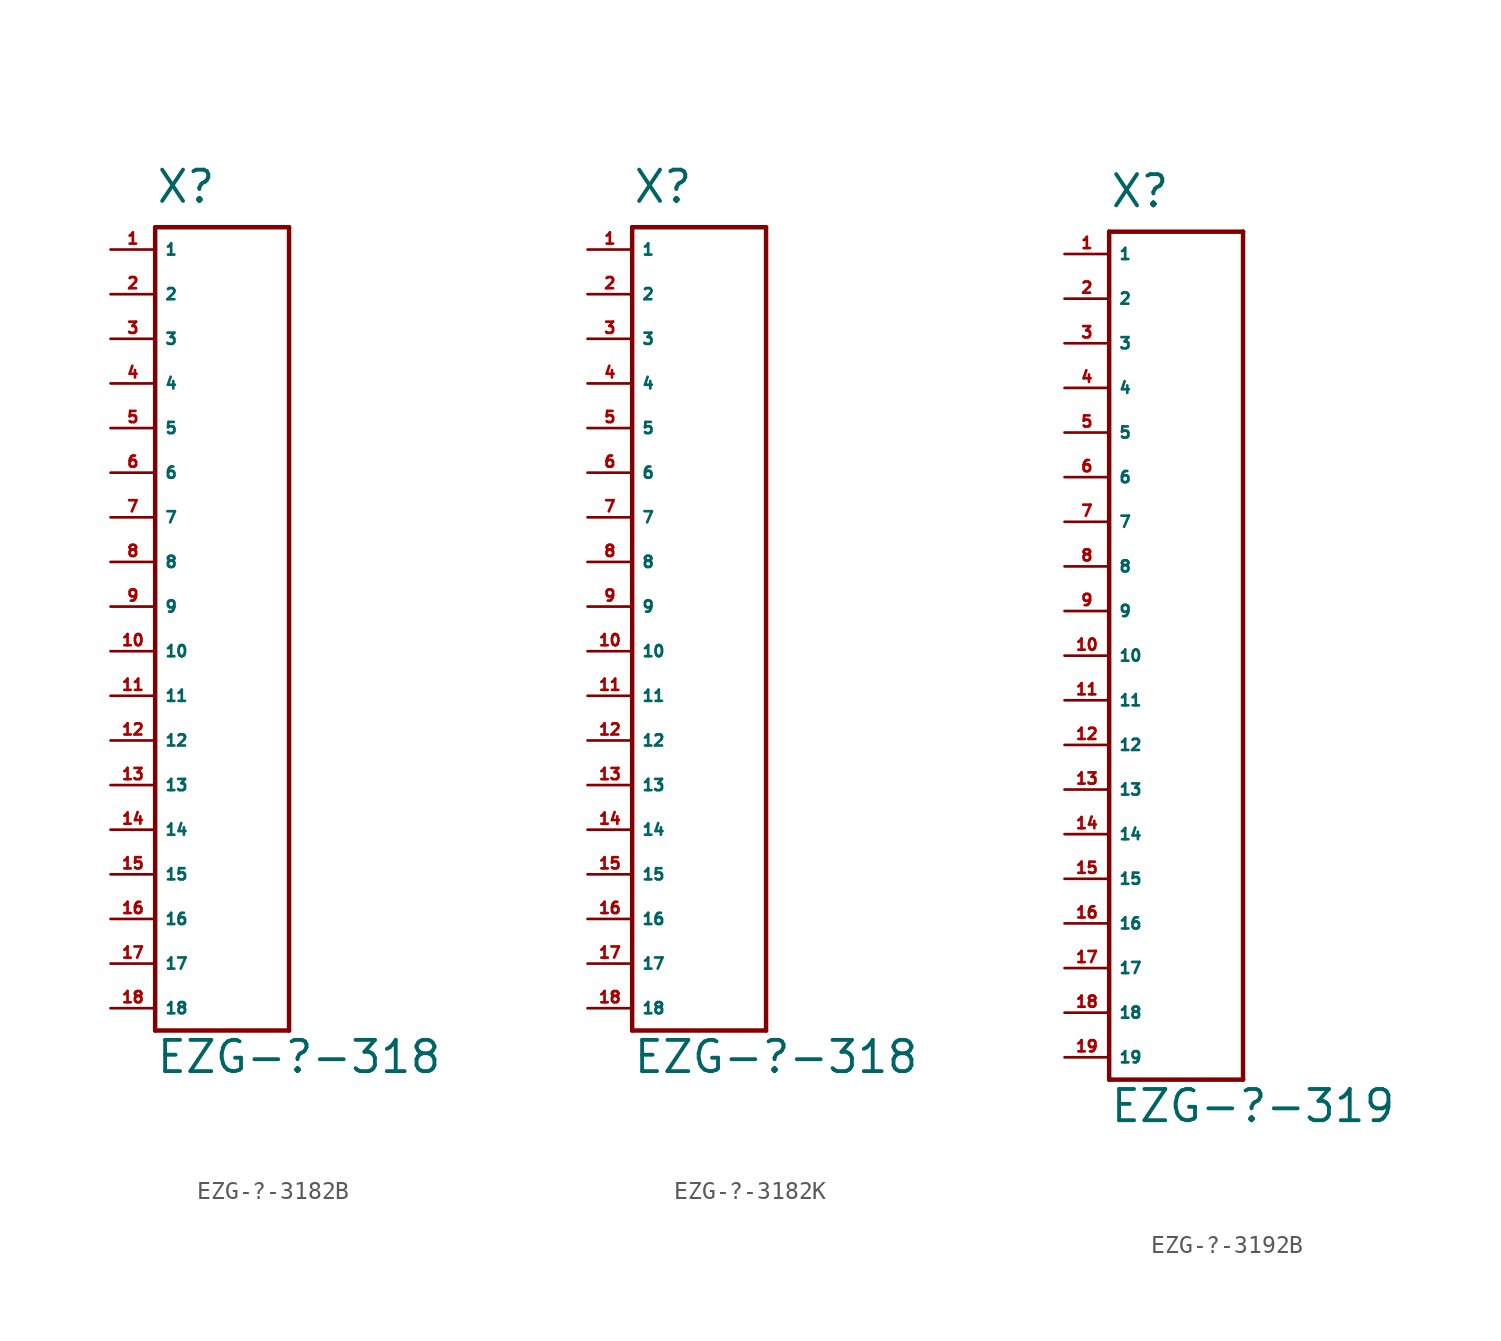
<source format=kicad_sym>
(kicad_symbol_lib
  (version 20220914)
  (generator Eagle2Kicad)
  (symbol "EZG-?-3182B"
    (property "Reference" "X"
      (at -2.54 2.54 0)
      (effects (font (size 1.778 1.778) (thickness 0.22)) (justify left bottom)))
    (property "Value" "EZG-?-318"
      (at -2.54 -46.99 0)
      (effects (font (size 1.778 1.778) (thickness 0.22)) (justify left bottom)))
    (polyline
      (pts (xy -2.54 1.27) (xy -2.54 -44.45))
      (stroke (width 0.254) (type default))
      (fill (type none)))
    (polyline
      (pts (xy -2.54 -44.45) (xy 5.08 -44.45))
      (stroke (width 0.254) (type default))
      (fill (type none)))
    (polyline
      (pts (xy 5.08 -44.45) (xy 5.08 1.27))
      (stroke (width 0.254) (type default))
      (fill (type none)))
    (polyline
      (pts (xy 5.08 1.27) (xy -2.54 1.27))
      (stroke (width 0.254) (type default))
      (fill (type none)))
    (pin passive line
      (at -5.08 0 0)
      (length 2.54)
      (name "1" (effects (font (size 0.635 0.635) (thickness 0.08)) (justify left bottom)))
      (number "1" (effects (font (size 0.635 0.635) (thickness 0.08)) (justify left bottom))))
    (pin passive line
      (at -5.08 -2.54 0)
      (length 2.54)
      (name "2" (effects (font (size 0.635 0.635) (thickness 0.08)) (justify left bottom)))
      (number "2" (effects (font (size 0.635 0.635) (thickness 0.08)) (justify left bottom))))
    (pin passive line
      (at -5.08 -5.08 0)
      (length 2.54)
      (name "3" (effects (font (size 0.635 0.635) (thickness 0.08)) (justify left bottom)))
      (number "3" (effects (font (size 0.635 0.635) (thickness 0.08)) (justify left bottom))))
    (pin passive line
      (at -5.08 -7.62 0)
      (length 2.54)
      (name "4" (effects (font (size 0.635 0.635) (thickness 0.08)) (justify left bottom)))
      (number "4" (effects (font (size 0.635 0.635) (thickness 0.08)) (justify left bottom))))
    (pin passive line
      (at -5.08 -10.16 0)
      (length 2.54)
      (name "5" (effects (font (size 0.635 0.635) (thickness 0.08)) (justify left bottom)))
      (number "5" (effects (font (size 0.635 0.635) (thickness 0.08)) (justify left bottom))))
    (pin passive line
      (at -5.08 -12.7 0)
      (length 2.54)
      (name "6" (effects (font (size 0.635 0.635) (thickness 0.08)) (justify left bottom)))
      (number "6" (effects (font (size 0.635 0.635) (thickness 0.08)) (justify left bottom))))
    (pin passive line
      (at -5.08 -15.24 0)
      (length 2.54)
      (name "7" (effects (font (size 0.635 0.635) (thickness 0.08)) (justify left bottom)))
      (number "7" (effects (font (size 0.635 0.635) (thickness 0.08)) (justify left bottom))))
    (pin passive line
      (at -5.08 -17.78 0)
      (length 2.54)
      (name "8" (effects (font (size 0.635 0.635) (thickness 0.08)) (justify left bottom)))
      (number "8" (effects (font (size 0.635 0.635) (thickness 0.08)) (justify left bottom))))
    (pin passive line
      (at -5.08 -20.32 0)
      (length 2.54)
      (name "9" (effects (font (size 0.635 0.635) (thickness 0.08)) (justify left bottom)))
      (number "9" (effects (font (size 0.635 0.635) (thickness 0.08)) (justify left bottom))))
    (pin passive line
      (at -5.08 -22.86 0)
      (length 2.54)
      (name "10" (effects (font (size 0.635 0.635) (thickness 0.08)) (justify left bottom)))
      (number "10" (effects (font (size 0.635 0.635) (thickness 0.08)) (justify left bottom))))
    (pin passive line
      (at -5.08 -25.4 0)
      (length 2.54)
      (name "11" (effects (font (size 0.635 0.635) (thickness 0.08)) (justify left bottom)))
      (number "11" (effects (font (size 0.635 0.635) (thickness 0.08)) (justify left bottom))))
    (pin passive line
      (at -5.08 -27.94 0)
      (length 2.54)
      (name "12" (effects (font (size 0.635 0.635) (thickness 0.08)) (justify left bottom)))
      (number "12" (effects (font (size 0.635 0.635) (thickness 0.08)) (justify left bottom))))
    (pin passive line
      (at -5.08 -30.48 0)
      (length 2.54)
      (name "13" (effects (font (size 0.635 0.635) (thickness 0.08)) (justify left bottom)))
      (number "13" (effects (font (size 0.635 0.635) (thickness 0.08)) (justify left bottom))))
    (pin passive line
      (at -5.08 -33.02 0)
      (length 2.54)
      (name "14" (effects (font (size 0.635 0.635) (thickness 0.08)) (justify left bottom)))
      (number "14" (effects (font (size 0.635 0.635) (thickness 0.08)) (justify left bottom))))
    (pin passive line
      (at -5.08 -35.56 0)
      (length 2.54)
      (name "15" (effects (font (size 0.635 0.635) (thickness 0.08)) (justify left bottom)))
      (number "15" (effects (font (size 0.635 0.635) (thickness 0.08)) (justify left bottom))))
    (pin passive line
      (at -5.08 -38.1 0)
      (length 2.54)
      (name "16" (effects (font (size 0.635 0.635) (thickness 0.08)) (justify left bottom)))
      (number "16" (effects (font (size 0.635 0.635) (thickness 0.08)) (justify left bottom))))
    (pin passive line
      (at -5.08 -40.64 0)
      (length 2.54)
      (name "17" (effects (font (size 0.635 0.635) (thickness 0.08)) (justify left bottom)))
      (number "17" (effects (font (size 0.635 0.635) (thickness 0.08)) (justify left bottom))))
    (pin passive line
      (at -5.08 -43.18 0)
      (length 2.54)
      (name "18" (effects (font (size 0.635 0.635) (thickness 0.08)) (justify left bottom)))
      (number "18" (effects (font (size 0.635 0.635) (thickness 0.08)) (justify left bottom)))))
  (symbol "EZG-?-3182K"
    (property "Reference" "X"
      (at -2.54 2.54 0)
      (effects (font (size 1.778 1.778) (thickness 0.22)) (justify left bottom)))
    (property "Value" "EZG-?-318"
      (at -2.54 -46.99 0)
      (effects (font (size 1.778 1.778) (thickness 0.22)) (justify left bottom)))
    (polyline
      (pts (xy -2.54 1.27) (xy -2.54 -44.45))
      (stroke (width 0.254) (type default))
      (fill (type none)))
    (polyline
      (pts (xy -2.54 -44.45) (xy 5.08 -44.45))
      (stroke (width 0.254) (type default))
      (fill (type none)))
    (polyline
      (pts (xy 5.08 -44.45) (xy 5.08 1.27))
      (stroke (width 0.254) (type default))
      (fill (type none)))
    (polyline
      (pts (xy 5.08 1.27) (xy -2.54 1.27))
      (stroke (width 0.254) (type default))
      (fill (type none)))
    (pin passive line
      (at -5.08 0 0)
      (length 2.54)
      (name "1" (effects (font (size 0.635 0.635) (thickness 0.08)) (justify left bottom)))
      (number "1" (effects (font (size 0.635 0.635) (thickness 0.08)) (justify left bottom))))
    (pin passive line
      (at -5.08 -2.54 0)
      (length 2.54)
      (name "2" (effects (font (size 0.635 0.635) (thickness 0.08)) (justify left bottom)))
      (number "2" (effects (font (size 0.635 0.635) (thickness 0.08)) (justify left bottom))))
    (pin passive line
      (at -5.08 -5.08 0)
      (length 2.54)
      (name "3" (effects (font (size 0.635 0.635) (thickness 0.08)) (justify left bottom)))
      (number "3" (effects (font (size 0.635 0.635) (thickness 0.08)) (justify left bottom))))
    (pin passive line
      (at -5.08 -7.62 0)
      (length 2.54)
      (name "4" (effects (font (size 0.635 0.635) (thickness 0.08)) (justify left bottom)))
      (number "4" (effects (font (size 0.635 0.635) (thickness 0.08)) (justify left bottom))))
    (pin passive line
      (at -5.08 -10.16 0)
      (length 2.54)
      (name "5" (effects (font (size 0.635 0.635) (thickness 0.08)) (justify left bottom)))
      (number "5" (effects (font (size 0.635 0.635) (thickness 0.08)) (justify left bottom))))
    (pin passive line
      (at -5.08 -12.7 0)
      (length 2.54)
      (name "6" (effects (font (size 0.635 0.635) (thickness 0.08)) (justify left bottom)))
      (number "6" (effects (font (size 0.635 0.635) (thickness 0.08)) (justify left bottom))))
    (pin passive line
      (at -5.08 -15.24 0)
      (length 2.54)
      (name "7" (effects (font (size 0.635 0.635) (thickness 0.08)) (justify left bottom)))
      (number "7" (effects (font (size 0.635 0.635) (thickness 0.08)) (justify left bottom))))
    (pin passive line
      (at -5.08 -17.78 0)
      (length 2.54)
      (name "8" (effects (font (size 0.635 0.635) (thickness 0.08)) (justify left bottom)))
      (number "8" (effects (font (size 0.635 0.635) (thickness 0.08)) (justify left bottom))))
    (pin passive line
      (at -5.08 -20.32 0)
      (length 2.54)
      (name "9" (effects (font (size 0.635 0.635) (thickness 0.08)) (justify left bottom)))
      (number "9" (effects (font (size 0.635 0.635) (thickness 0.08)) (justify left bottom))))
    (pin passive line
      (at -5.08 -22.86 0)
      (length 2.54)
      (name "10" (effects (font (size 0.635 0.635) (thickness 0.08)) (justify left bottom)))
      (number "10" (effects (font (size 0.635 0.635) (thickness 0.08)) (justify left bottom))))
    (pin passive line
      (at -5.08 -25.4 0)
      (length 2.54)
      (name "11" (effects (font (size 0.635 0.635) (thickness 0.08)) (justify left bottom)))
      (number "11" (effects (font (size 0.635 0.635) (thickness 0.08)) (justify left bottom))))
    (pin passive line
      (at -5.08 -27.94 0)
      (length 2.54)
      (name "12" (effects (font (size 0.635 0.635) (thickness 0.08)) (justify left bottom)))
      (number "12" (effects (font (size 0.635 0.635) (thickness 0.08)) (justify left bottom))))
    (pin passive line
      (at -5.08 -30.48 0)
      (length 2.54)
      (name "13" (effects (font (size 0.635 0.635) (thickness 0.08)) (justify left bottom)))
      (number "13" (effects (font (size 0.635 0.635) (thickness 0.08)) (justify left bottom))))
    (pin passive line
      (at -5.08 -33.02 0)
      (length 2.54)
      (name "14" (effects (font (size 0.635 0.635) (thickness 0.08)) (justify left bottom)))
      (number "14" (effects (font (size 0.635 0.635) (thickness 0.08)) (justify left bottom))))
    (pin passive line
      (at -5.08 -35.56 0)
      (length 2.54)
      (name "15" (effects (font (size 0.635 0.635) (thickness 0.08)) (justify left bottom)))
      (number "15" (effects (font (size 0.635 0.635) (thickness 0.08)) (justify left bottom))))
    (pin passive line
      (at -5.08 -38.1 0)
      (length 2.54)
      (name "16" (effects (font (size 0.635 0.635) (thickness 0.08)) (justify left bottom)))
      (number "16" (effects (font (size 0.635 0.635) (thickness 0.08)) (justify left bottom))))
    (pin passive line
      (at -5.08 -40.64 0)
      (length 2.54)
      (name "17" (effects (font (size 0.635 0.635) (thickness 0.08)) (justify left bottom)))
      (number "17" (effects (font (size 0.635 0.635) (thickness 0.08)) (justify left bottom))))
    (pin passive line
      (at -5.08 -43.18 0)
      (length 2.54)
      (name "18" (effects (font (size 0.635 0.635) (thickness 0.08)) (justify left bottom)))
      (number "18" (effects (font (size 0.635 0.635) (thickness 0.08)) (justify left bottom)))))
  (symbol "EZG-?-3192B"
    (property "Reference" "X"
      (at -2.54 2.54 0)
      (effects (font (size 1.778 1.778) (thickness 0.22)) (justify left bottom)))
    (property "Value" "EZG-?-319"
      (at -2.54 -49.53 0)
      (effects (font (size 1.778 1.778) (thickness 0.22)) (justify left bottom)))
    (polyline
      (pts (xy -2.54 1.27) (xy -2.54 -46.99))
      (stroke (width 0.254) (type default))
      (fill (type none)))
    (polyline
      (pts (xy -2.54 -46.99) (xy 5.08 -46.99))
      (stroke (width 0.254) (type default))
      (fill (type none)))
    (polyline
      (pts (xy 5.08 -46.99) (xy 5.08 1.27))
      (stroke (width 0.254) (type default))
      (fill (type none)))
    (polyline
      (pts (xy 5.08 1.27) (xy -2.54 1.27))
      (stroke (width 0.254) (type default))
      (fill (type none)))
    (pin passive line
      (at -5.08 0 0)
      (length 2.54)
      (name "1" (effects (font (size 0.635 0.635) (thickness 0.08)) (justify left bottom)))
      (number "1" (effects (font (size 0.635 0.635) (thickness 0.08)) (justify left bottom))))
    (pin passive line
      (at -5.08 -2.54 0)
      (length 2.54)
      (name "2" (effects (font (size 0.635 0.635) (thickness 0.08)) (justify left bottom)))
      (number "2" (effects (font (size 0.635 0.635) (thickness 0.08)) (justify left bottom))))
    (pin passive line
      (at -5.08 -5.08 0)
      (length 2.54)
      (name "3" (effects (font (size 0.635 0.635) (thickness 0.08)) (justify left bottom)))
      (number "3" (effects (font (size 0.635 0.635) (thickness 0.08)) (justify left bottom))))
    (pin passive line
      (at -5.08 -7.62 0)
      (length 2.54)
      (name "4" (effects (font (size 0.635 0.635) (thickness 0.08)) (justify left bottom)))
      (number "4" (effects (font (size 0.635 0.635) (thickness 0.08)) (justify left bottom))))
    (pin passive line
      (at -5.08 -10.16 0)
      (length 2.54)
      (name "5" (effects (font (size 0.635 0.635) (thickness 0.08)) (justify left bottom)))
      (number "5" (effects (font (size 0.635 0.635) (thickness 0.08)) (justify left bottom))))
    (pin passive line
      (at -5.08 -12.7 0)
      (length 2.54)
      (name "6" (effects (font (size 0.635 0.635) (thickness 0.08)) (justify left bottom)))
      (number "6" (effects (font (size 0.635 0.635) (thickness 0.08)) (justify left bottom))))
    (pin passive line
      (at -5.08 -15.24 0)
      (length 2.54)
      (name "7" (effects (font (size 0.635 0.635) (thickness 0.08)) (justify left bottom)))
      (number "7" (effects (font (size 0.635 0.635) (thickness 0.08)) (justify left bottom))))
    (pin passive line
      (at -5.08 -17.78 0)
      (length 2.54)
      (name "8" (effects (font (size 0.635 0.635) (thickness 0.08)) (justify left bottom)))
      (number "8" (effects (font (size 0.635 0.635) (thickness 0.08)) (justify left bottom))))
    (pin passive line
      (at -5.08 -20.32 0)
      (length 2.54)
      (name "9" (effects (font (size 0.635 0.635) (thickness 0.08)) (justify left bottom)))
      (number "9" (effects (font (size 0.635 0.635) (thickness 0.08)) (justify left bottom))))
    (pin passive line
      (at -5.08 -22.86 0)
      (length 2.54)
      (name "10" (effects (font (size 0.635 0.635) (thickness 0.08)) (justify left bottom)))
      (number "10" (effects (font (size 0.635 0.635) (thickness 0.08)) (justify left bottom))))
    (pin passive line
      (at -5.08 -25.4 0)
      (length 2.54)
      (name "11" (effects (font (size 0.635 0.635) (thickness 0.08)) (justify left bottom)))
      (number "11" (effects (font (size 0.635 0.635) (thickness 0.08)) (justify left bottom))))
    (pin passive line
      (at -5.08 -27.94 0)
      (length 2.54)
      (name "12" (effects (font (size 0.635 0.635) (thickness 0.08)) (justify left bottom)))
      (number "12" (effects (font (size 0.635 0.635) (thickness 0.08)) (justify left bottom))))
    (pin passive line
      (at -5.08 -30.48 0)
      (length 2.54)
      (name "13" (effects (font (size 0.635 0.635) (thickness 0.08)) (justify left bottom)))
      (number "13" (effects (font (size 0.635 0.635) (thickness 0.08)) (justify left bottom))))
    (pin passive line
      (at -5.08 -33.02 0)
      (length 2.54)
      (name "14" (effects (font (size 0.635 0.635) (thickness 0.08)) (justify left bottom)))
      (number "14" (effects (font (size 0.635 0.635) (thickness 0.08)) (justify left bottom))))
    (pin passive line
      (at -5.08 -35.56 0)
      (length 2.54)
      (name "15" (effects (font (size 0.635 0.635) (thickness 0.08)) (justify left bottom)))
      (number "15" (effects (font (size 0.635 0.635) (thickness 0.08)) (justify left bottom))))
    (pin passive line
      (at -5.08 -38.1 0)
      (length 2.54)
      (name "16" (effects (font (size 0.635 0.635) (thickness 0.08)) (justify left bottom)))
      (number "16" (effects (font (size 0.635 0.635) (thickness 0.08)) (justify left bottom))))
    (pin passive line
      (at -5.08 -40.64 0)
      (length 2.54)
      (name "17" (effects (font (size 0.635 0.635) (thickness 0.08)) (justify left bottom)))
      (number "17" (effects (font (size 0.635 0.635) (thickness 0.08)) (justify left bottom))))
    (pin passive line
      (at -5.08 -43.18 0)
      (length 2.54)
      (name "18" (effects (font (size 0.635 0.635) (thickness 0.08)) (justify left bottom)))
      (number "18" (effects (font (size 0.635 0.635) (thickness 0.08)) (justify left bottom))))
    (pin passive line
      (at -5.08 -45.72 0)
      (length 2.54)
      (name "19" (effects (font (size 0.635 0.635) (thickness 0.08)) (justify left bottom)))
      (number "19" (effects (font (size 0.635 0.635) (thickness 0.08)) (justify left bottom))))))
</source>
